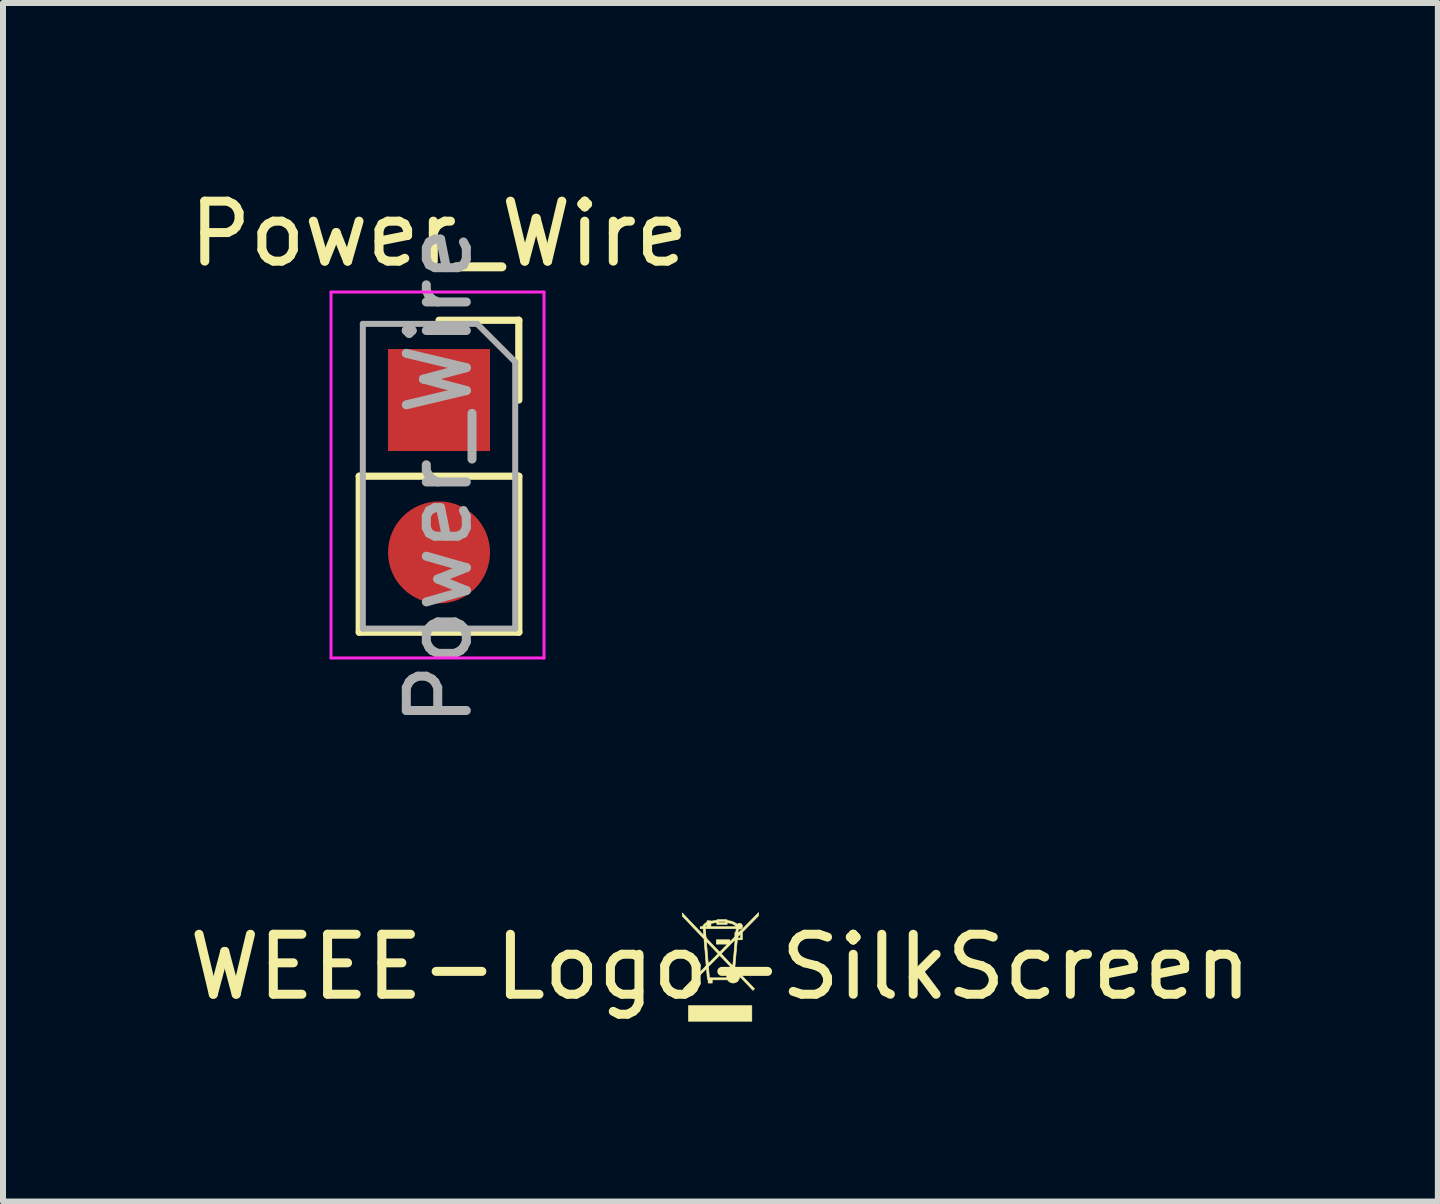
<source format=kicad_pcb>
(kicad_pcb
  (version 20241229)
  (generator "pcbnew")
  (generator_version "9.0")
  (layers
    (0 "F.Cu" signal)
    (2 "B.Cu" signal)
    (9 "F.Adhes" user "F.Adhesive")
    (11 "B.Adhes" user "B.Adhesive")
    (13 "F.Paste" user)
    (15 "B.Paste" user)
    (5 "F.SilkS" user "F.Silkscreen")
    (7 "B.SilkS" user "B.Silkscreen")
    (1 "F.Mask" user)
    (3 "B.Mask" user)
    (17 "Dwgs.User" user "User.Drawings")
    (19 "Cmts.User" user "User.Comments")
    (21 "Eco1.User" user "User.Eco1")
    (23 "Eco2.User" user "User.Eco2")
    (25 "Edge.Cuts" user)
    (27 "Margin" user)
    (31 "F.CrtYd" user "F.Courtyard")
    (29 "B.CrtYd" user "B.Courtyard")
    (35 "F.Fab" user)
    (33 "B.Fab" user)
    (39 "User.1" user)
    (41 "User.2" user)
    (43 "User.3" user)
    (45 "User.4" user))
  (footprint "Power_Wire"
    (layer "F.Cu")
    (at 4.268 3.618)
    (property "Reference" "Power_Wire" (at 0 -2.77 0) (layer "F.SilkS") (effects (font (size 1 1) (thickness 0.15))))
    (attr through_hole)
    (fp_line (start -1.33 1.27) (end -1.33 3.87) (stroke (width 0.12) (type solid)) (layer "F.SilkS"))
    (fp_line (start -1.33 1.27) (end 1.33 1.27) (stroke (width 0.12) (type solid)) (layer "F.SilkS"))
    (fp_line (start -1.33 3.87) (end 1.33 3.87) (stroke (width 0.12) (type solid)) (layer "F.SilkS"))
    (fp_line (start 0 -1.33) (end 1.33 -1.33) (stroke (width 0.12) (type solid)) (layer "F.SilkS"))
    (fp_line (start 1.33 -1.33) (end 1.33 0) (stroke (width 0.12) (type solid)) (layer "F.SilkS"))
    (fp_line (start 1.33 1.27) (end 1.33 3.87) (stroke (width 0.12) (type solid)) (layer "F.SilkS"))
    (fp_line (start -1.8 -1.8) (end 1.75 -1.8) (stroke (width 0.05) (type solid)) (layer "F.CrtYd"))
    (fp_line (start -1.8 4.3) (end -1.8 -1.8) (stroke (width 0.05) (type solid)) (layer "F.CrtYd"))
    (fp_line (start 1.75 -1.8) (end 1.75 4.3) (stroke (width 0.05) (type solid)) (layer "F.CrtYd"))
    (fp_line (start 1.75 4.3) (end -1.8 4.3) (stroke (width 0.05) (type solid)) (layer "F.CrtYd"))
    (fp_line (start -1.27 -1.27) (end 0.635 -1.27) (stroke (width 0.1) (type solid)) (layer "F.Fab"))
    (fp_line (start -1.27 3.81) (end -1.27 -1.27) (stroke (width 0.1) (type solid)) (layer "F.Fab"))
    (fp_line (start 0.635 -1.27) (end 1.27 -0.635) (stroke (width 0.1) (type solid)) (layer "F.Fab"))
    (fp_line (start 1.27 -0.635) (end 1.27 3.81) (stroke (width 0.1) (type solid)) (layer "F.Fab"))
    (fp_line (start 1.27 3.81) (end -1.27 3.81) (stroke (width 0.1) (type solid)) (layer "F.Fab"))
    (fp_text user "${REFERENCE}" (at 0 1.27 90) (layer "F.Fab") (effects (font (size 1 1) (thickness 0.15))))
    (pad "1" smd rect (at 0 0) (size 1.7 1.7) (layers "F.Cu" "F.Mask" "F.Paste"))
    (pad "2" smd oval (at 0 2.54) (size 1.7 1.7) (layers "F.Cu" "F.Mask" "F.Paste")))
  (footprint "WEEE-Logo-SilkScreen"
    (layer "F.Cu")
    (at 8.958 13.068)
    (property "Reference" "WEEE-Logo-SilkScreen" (at 0 0 0) (layer "F.SilkS") (effects (font (size 1 1) (thickness 0.15))))
    (attr exclude_from_pos_files exclude_from_bom)
    (fp_poly (pts (xy 0.524 0.905) (xy -0.532 0.905) (xy -0.532 0.645) (xy 0.524 0.645) (xy 0.524 0.905)) (stroke (width 0.01) (type solid)) (fill yes) (layer "F.SilkS"))
    (fp_poly (pts (xy 0.637 -0.881) (xy 0.637 -0.854) (xy 0.502 -0.717) (xy 0.366 -0.579) (xy 0.366 -0.516) (xy 0.366 -0.453) (xy 0.283 -0.453) (xy 0.281 -0.437) (xy 0.28 -0.429) (xy 0.279 -0.416) (xy 0.277 -0.396) (xy 0.275 -0.372) (xy 0.272 -0.344) (xy 0.27 -0.312) (xy 0.267 -0.279) (xy 0.263 -0.243) (xy 0.26 -0.207) (xy 0.257 -0.172) (xy 0.254 -0.137) (xy 0.251 -0.104) (xy 0.248 -0.073) (xy 0.246 -0.046) (xy 0.244 -0.023) (xy 0.243 -0.005) (xy 0.242 0.007) (xy 0.242 0.012) (xy 0.242 0.012) (xy 0.244 0.017) (xy 0.251 0.026) (xy 0.262 0.039) (xy 0.279 0.058) (xy 0.3 0.081) (xy 0.327 0.109) (xy 0.358 0.143) (xy 0.395 0.182) (xy 0.405 0.192) (xy 0.569 0.364) (xy 0.543 0.39) (xy 0.521 0.367) (xy 0.513 0.359) (xy 0.501 0.346) (xy 0.485 0.329) (xy 0.467 0.309) (xy 0.446 0.288) (xy 0.424 0.265) (xy 0.411 0.251) (xy 0.387 0.225) (xy 0.367 0.205) (xy 0.351 0.189) (xy 0.34 0.178) (xy 0.331 0.17) (xy 0.325 0.166) (xy 0.321 0.166) (xy 0.319 0.168) (xy 0.318 0.173) (xy 0.317 0.179) (xy 0.317 0.181) (xy 0.314 0.194) (xy 0.307 0.21) (xy 0.298 0.225) (xy 0.287 0.239) (xy 0.282 0.243) (xy 0.259 0.258) (xy 0.233 0.266) (xy 0.209 0.268) (xy 0.183 0.264) (xy 0.158 0.253) (xy 0.137 0.236) (xy 0.133 0.232) (xy 0.118 0.215) (xy -0.136 0.215) (xy -0.136 0.268) (xy -0.204 0.268) (xy -0.204 0.243) (xy -0.205 0.226) (xy -0.207 0.215) (xy -0.211 0.208) (xy -0.213 0.204) (xy -0.216 0.197) (xy -0.217 0.187) (xy -0.219 0.174) (xy -0.221 0.155) (xy -0.223 0.131) (xy -0.225 0.112) (xy -0.231 0.027) (xy -0.394 0.192) (xy -0.423 0.221) (xy -0.452 0.25) (xy -0.478 0.277) (xy -0.503 0.302) (xy -0.524 0.324) (xy -0.543 0.343) (xy -0.557 0.358) (xy -0.568 0.369) (xy -0.573 0.374) (xy -0.582 0.384) (xy -0.59 0.39) (xy -0.594 0.392) (xy -0.599 0.39) (xy -0.607 0.383) (xy -0.609 0.381) (xy -0.62 0.369) (xy -0.56 0.308) (xy -0.545 0.293) (xy -0.525 0.273) (xy -0.501 0.249) (xy -0.475 0.223) (xy -0.447 0.194) (xy -0.419 0.165) (xy -0.39 0.136) (xy -0.369 0.115) (xy -0.337 0.083) (xy -0.311 0.056) (xy -0.289 0.033) (xy -0.271 0.015) (xy -0.258 0.00044) (xy -0.251 -0.007) (xy -0.198 -0.007) (xy -0.191 0.078) (xy -0.189 0.104) (xy -0.187 0.127) (xy -0.185 0.146) (xy -0.184 0.161) (xy -0.183 0.17) (xy -0.182 0.173) (xy -0.18 0.181) (xy 0.105 0.181) (xy 0.106 0.157) (xy 0.112 0.129) (xy 0.124 0.105) (xy 0.142 0.084) (xy 0.164 0.068) (xy 0.189 0.059) (xy 0.197 0.055) (xy 0.201 0.045) (xy 0.201 0.045) (xy 0.202 0.041) (xy 0.201 0.037) (xy 0.199 0.032) (xy 0.194 0.025) (xy 0.187 0.016) (xy 0.176 0.004) (xy 0.161 -0.011) (xy 0.142 -0.032) (xy 0.141 -0.033) (xy 0.12 -0.055) (xy 0.097 -0.079) (xy 0.075 -0.102) (xy 0.055 -0.124) (xy 0.038 -0.142) (xy 0.034 -0.146) (xy 0.019 -0.161) (xy 0.006 -0.174) (xy -0.004 -0.184) (xy -0.011 -0.19) (xy -0.013 -0.191) (xy -0.017 -0.188) (xy -0.025 -0.181) (xy -0.037 -0.169) (xy -0.052 -0.154) (xy -0.071 -0.136) (xy -0.091 -0.116) (xy -0.107 -0.099) (xy -0.198 -0.007) (xy -0.251 -0.007) (xy -0.248 -0.011) (xy -0.242 -0.019) (xy -0.238 -0.024) (xy -0.238 -0.027) (xy -0.238 -0.032) (xy -0.239 -0.044) (xy -0.24 -0.062) (xy -0.242 -0.086) (xy -0.244 -0.115) (xy -0.247 -0.147) (xy -0.25 -0.183) (xy -0.253 -0.221) (xy -0.255 -0.252) (xy -0.27 -0.425) (xy -0.233 -0.425) (xy -0.233 -0.421) (xy -0.232 -0.41) (xy -0.231 -0.394) (xy -0.229 -0.372) (xy -0.227 -0.346) (xy -0.224 -0.315) (xy -0.221 -0.282) (xy -0.219 -0.251) (xy -0.216 -0.215) (xy -0.213 -0.181) (xy -0.21 -0.15) (xy -0.208 -0.123) (xy -0.206 -0.1) (xy -0.205 -0.082) (xy -0.204 -0.071) (xy -0.204 -0.066) (xy -0.203 -0.063) (xy -0.202 -0.062) (xy -0.199 -0.063) (xy -0.194 -0.067) (xy -0.186 -0.074) (xy -0.175 -0.084) (xy -0.16 -0.098) (xy -0.141 -0.117) (xy -0.121 -0.137) (xy -0.038 -0.22) (xy -0.039 -0.221) (xy 0.016 -0.221) (xy 0.018 -0.217) (xy 0.025 -0.209) (xy 0.036 -0.197) (xy 0.05 -0.182) (xy 0.066 -0.165) (xy 0.084 -0.146) (xy 0.103 -0.126) (xy 0.122 -0.105) (xy 0.141 -0.086) (xy 0.159 -0.067) (xy 0.174 -0.051) (xy 0.188 -0.037) (xy 0.198 -0.027) (xy 0.204 -0.021) (xy 0.206 -0.02) (xy 0.207 -0.024) (xy 0.208 -0.034) (xy 0.209 -0.051) (xy 0.212 -0.074) (xy 0.214 -0.101) (xy 0.217 -0.132) (xy 0.22 -0.167) (xy 0.224 -0.205) (xy 0.227 -0.235) (xy 0.23 -0.275) (xy 0.233 -0.312) (xy 0.236 -0.346) (xy 0.239 -0.377) (xy 0.241 -0.403) (xy 0.243 -0.424) (xy 0.244 -0.44) (xy 0.244 -0.449) (xy 0.244 -0.451) (xy 0.241 -0.449) (xy 0.234 -0.442) (xy 0.222 -0.431) (xy 0.207 -0.417) (xy 0.19 -0.4) (xy 0.171 -0.381) (xy 0.15 -0.36) (xy 0.129 -0.338) (xy 0.108 -0.317) (xy 0.087 -0.296) (xy 0.068 -0.277) (xy 0.051 -0.259) (xy 0.036 -0.244) (xy 0.025 -0.232) (xy 0.018 -0.224) (xy 0.016 -0.221) (xy -0.039 -0.221) (xy -0.069 -0.253) (xy -0.085 -0.27) (xy -0.102 -0.289) (xy -0.121 -0.309) (xy -0.141 -0.329) (xy -0.16 -0.349) (xy -0.178 -0.368) (xy -0.195 -0.386) (xy -0.21 -0.401) (xy -0.221 -0.413) (xy -0.229 -0.421) (xy -0.233 -0.425) (xy -0.233 -0.425) (xy -0.27 -0.425) (xy -0.273 -0.468) (xy -0.454 -0.657) (xy -0.634 -0.847) (xy -0.634 -0.873) (xy -0.633 -0.9) (xy -0.604 -0.869) (xy -0.588 -0.851) (xy -0.569 -0.831) (xy -0.547 -0.808) (xy -0.524 -0.783) (xy -0.499 -0.757) (xy -0.473 -0.73) (xy -0.447 -0.703) (xy -0.421 -0.675) (xy -0.395 -0.649) (xy -0.371 -0.624) (xy -0.349 -0.601) (xy -0.329 -0.58) (xy -0.312 -0.562) (xy -0.298 -0.547) (xy -0.287 -0.537) (xy -0.281 -0.531) (xy -0.28 -0.53) (xy -0.28 -0.534) (xy -0.28 -0.544) (xy -0.281 -0.559) (xy -0.283 -0.577) (xy -0.283 -0.584) (xy -0.288 -0.638) (xy -0.253 -0.638) (xy -0.251 -0.629) (xy -0.25 -0.622) (xy -0.249 -0.61) (xy -0.247 -0.593) (xy -0.246 -0.573) (xy -0.245 -0.566) (xy -0.244 -0.545) (xy -0.242 -0.526) (xy -0.24 -0.51) (xy -0.239 -0.499) (xy -0.239 -0.497) (xy -0.238 -0.493) (xy -0.236 -0.488) (xy -0.232 -0.482) (xy -0.226 -0.474) (xy -0.218 -0.464) (xy -0.206 -0.451) (xy -0.191 -0.435) (xy -0.172 -0.415) (xy -0.149 -0.39) (xy -0.125 -0.365) (xy -0.102 -0.341) (xy -0.08 -0.318) (xy -0.06 -0.298) (xy -0.043 -0.28) (xy -0.029 -0.266) (xy -0.018 -0.256) (xy -0.012 -0.251) (xy -0.011 -0.25) (xy -0.008 -0.253) (xy 0.000009 -0.26) (xy 0.012 -0.272) (xy 0.026 -0.286) (xy 0.043 -0.303) (xy 0.055 -0.316) (xy 0.118 -0.381) (xy -0.068 -0.381) (xy -0.068 -0.453) (xy 0.158 -0.453) (xy 0.158 -0.421) (xy 0.2 -0.462) (xy 0.229 -0.491) (xy 0.287 -0.491) (xy 0.287 -0.487) (xy 0.29 -0.484) (xy 0.297 -0.483) (xy 0.309 -0.483) (xy 0.311 -0.483) (xy 0.336 -0.483) (xy 0.336 -0.549) (xy 0.311 -0.524) (xy 0.297 -0.51) (xy 0.289 -0.498) (xy 0.287 -0.491) (xy 0.229 -0.491) (xy 0.241 -0.503) (xy 0.241 -0.54) (xy 0.242 -0.557) (xy 0.242 -0.568) (xy 0.243 -0.574) (xy 0.245 -0.577) (xy 0.249 -0.577) (xy 0.252 -0.578) (xy 0.255 -0.581) (xy 0.257 -0.588) (xy 0.259 -0.599) (xy 0.261 -0.617) (xy 0.261 -0.623) (xy 0.263 -0.638) (xy -0.253 -0.638) (xy -0.288 -0.638) (xy -0.336 -0.638) (xy -0.336 -0.671) (xy -0.315 -0.671) (xy -0.303 -0.672) (xy -0.297 -0.673) (xy -0.296 -0.674) (xy -0.255 -0.674) (xy -0.252 -0.672) (xy -0.245 -0.672) (xy -0.24 -0.671) (xy -0.223 -0.671) (xy -0.159 -0.671) (xy 0.266 -0.671) (xy 0.251 -0.686) (xy 0.229 -0.704) (xy 0.201 -0.718) (xy 0.168 -0.728) (xy 0.135 -0.734) (xy 0.113 -0.736) (xy 0.113 -0.709) (xy -0.06 -0.709) (xy -0.06 -0.74) (xy -0.086 -0.738) (xy -0.104 -0.735) (xy -0.123 -0.732) (xy -0.134 -0.73) (xy -0.157 -0.726) (xy -0.158 -0.699) (xy -0.159 -0.671) (xy -0.223 -0.671) (xy -0.223 -0.687) (xy -0.223 -0.696) (xy -0.224 -0.701) (xy -0.225 -0.702) (xy -0.23 -0.699) (xy -0.239 -0.693) (xy -0.247 -0.686) (xy -0.252 -0.68) (xy -0.253 -0.679) (xy -0.255 -0.674) (xy -0.296 -0.674) (xy -0.294 -0.677) (xy -0.293 -0.681) (xy -0.287 -0.692) (xy -0.278 -0.704) (xy -0.265 -0.717) (xy -0.25 -0.729) (xy -0.241 -0.735) (xy -0.23 -0.741) (xy -0.225 -0.747) (xy -0.223 -0.753) (xy -0.223 -0.757) (xy -0.223 -0.758) (xy -0.03 -0.758) (xy -0.03 -0.739) (xy 0.083 -0.739) (xy 0.083 -0.758) (xy -0.03 -0.758) (xy -0.223 -0.758) (xy -0.223 -0.77) (xy -0.191 -0.77) (xy -0.176 -0.769) (xy -0.165 -0.768) (xy -0.158 -0.767) (xy -0.158 -0.766) (xy -0.154 -0.766) (xy -0.144 -0.766) (xy -0.13 -0.767) (xy -0.121 -0.769) (xy -0.104 -0.771) (xy -0.088 -0.774) (xy -0.076 -0.775) (xy -0.073 -0.776) (xy -0.064 -0.779) (xy -0.06 -0.783) (xy -0.059 -0.785) (xy -0.056 -0.786) (xy -0.049 -0.787) (xy -0.038 -0.788) (xy -0.022 -0.788) (xy 0.000402 -0.788) (xy 0.026 -0.788) (xy 0.054 -0.788) (xy 0.075 -0.788) (xy 0.091 -0.788) (xy 0.101 -0.787) (xy 0.108 -0.786) (xy 0.111 -0.785) (xy 0.113 -0.783) (xy 0.113 -0.781) (xy 0.115 -0.775) (xy 0.123 -0.771) (xy 0.137 -0.77) (xy 0.139 -0.77) (xy 0.163 -0.767) (xy 0.189 -0.761) (xy 0.216 -0.751) (xy 0.242 -0.738) (xy 0.264 -0.724) (xy 0.266 -0.722) (xy 0.276 -0.715) (xy 0.281 -0.712) (xy 0.285 -0.713) (xy 0.289 -0.717) (xy 0.3 -0.724) (xy 0.315 -0.727) (xy 0.331 -0.726) (xy 0.346 -0.72) (xy 0.357 -0.711) (xy 0.358 -0.709) (xy 0.367 -0.692) (xy 0.368 -0.673) (xy 0.363 -0.656) (xy 0.351 -0.64) (xy 0.35 -0.639) (xy 0.342 -0.633) (xy 0.333 -0.631) (xy 0.321 -0.63) (xy 0.318 -0.631) (xy 0.306 -0.631) (xy 0.3 -0.63) (xy 0.298 -0.627) (xy 0.298 -0.624) (xy 0.298 -0.616) (xy 0.296 -0.604) (xy 0.296 -0.597) (xy 0.294 -0.585) (xy 0.295 -0.58) (xy 0.298 -0.577) (xy 0.303 -0.577) (xy 0.306 -0.578) (xy 0.311 -0.581) (xy 0.318 -0.587) (xy 0.327 -0.595) (xy 0.34 -0.607) (xy 0.356 -0.622) (xy 0.375 -0.642) (xy 0.399 -0.665) (xy 0.427 -0.693) (xy 0.459 -0.726) (xy 0.475 -0.742) (xy 0.638 -0.907) (xy 0.637 -0.881)) (stroke (width 0.01) (type solid)) (fill yes) (layer "F.SilkS")))
  (gr_rect
    (start -3 -3)
    (end 20.917 16.978)
    (stroke (width 0.1) (type default))
    (fill no)
    (layer "Edge.Cuts")))
</source>
